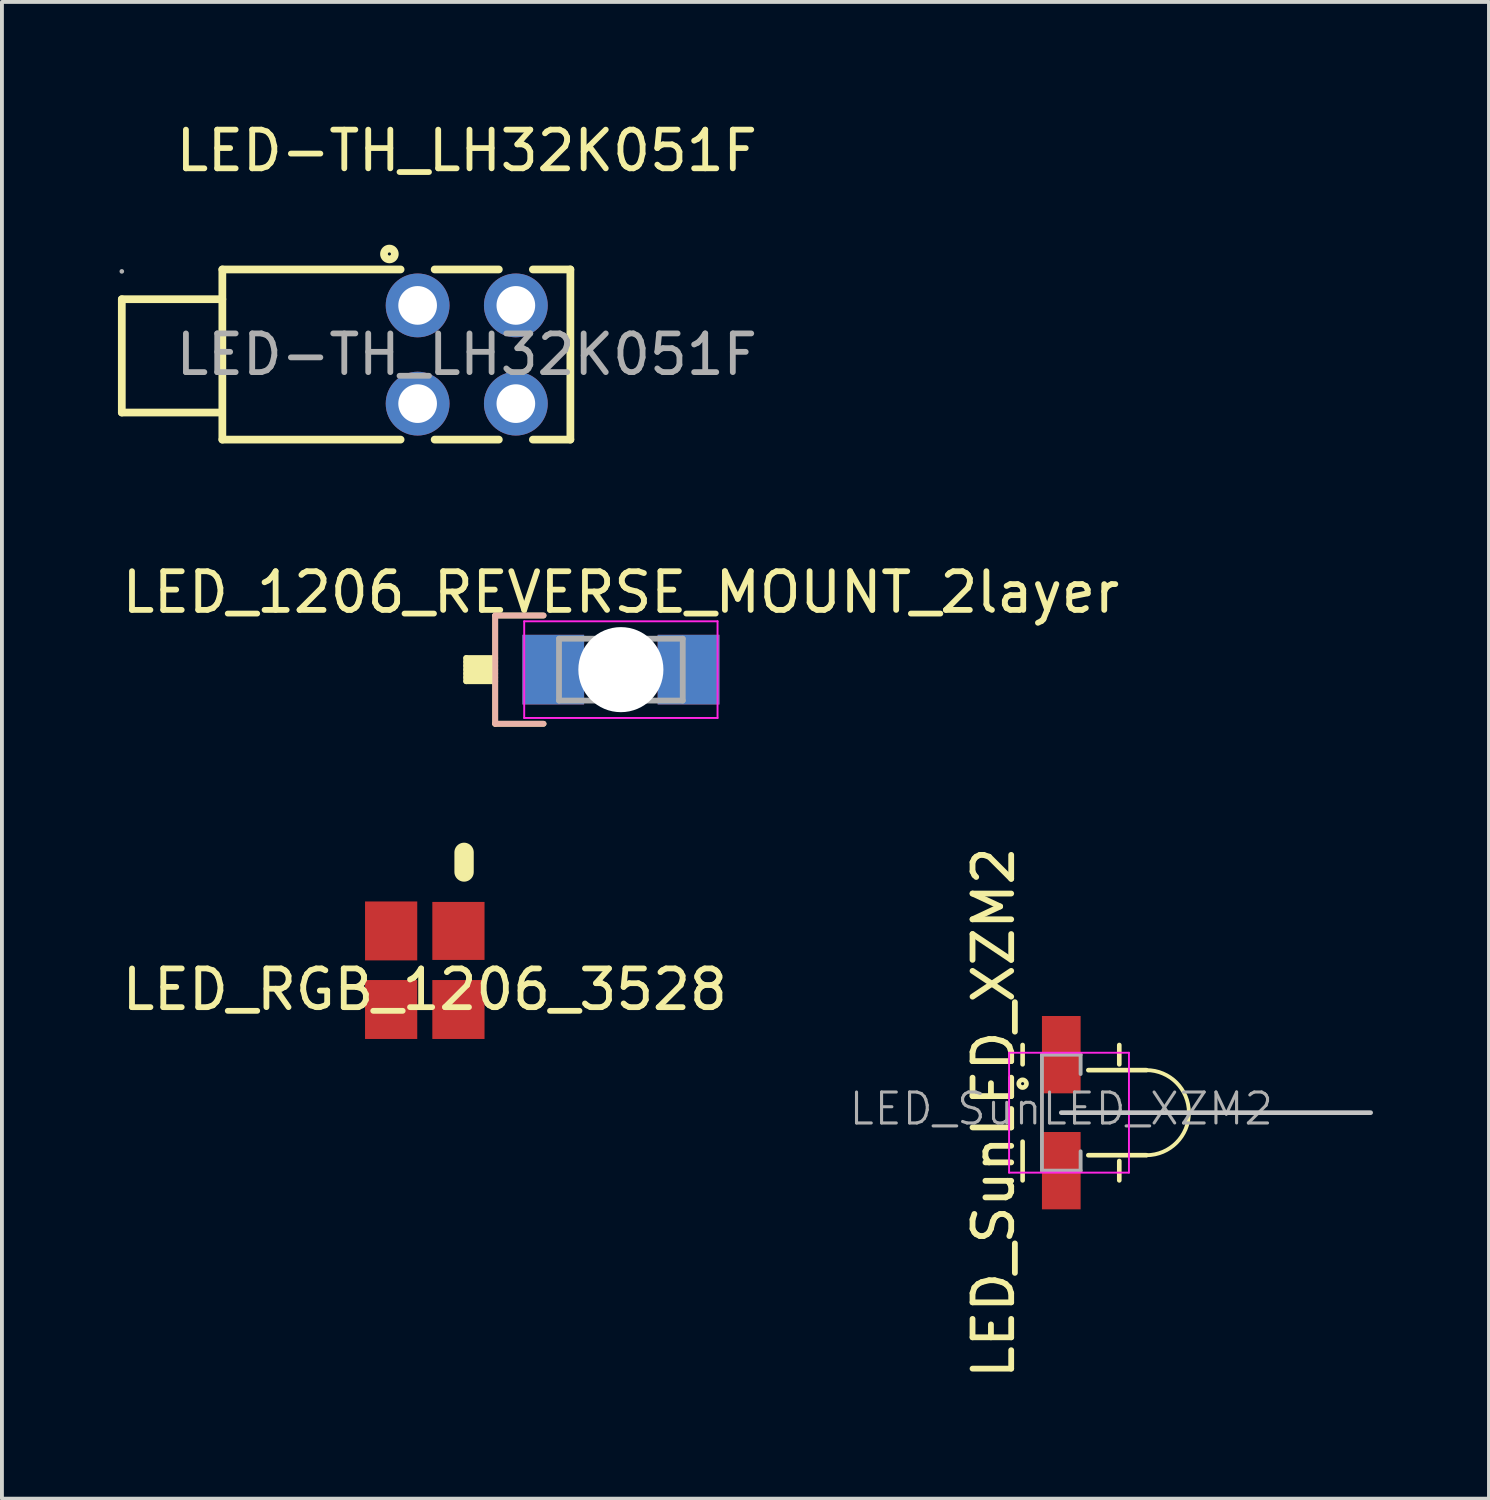
<source format=kicad_pcb>
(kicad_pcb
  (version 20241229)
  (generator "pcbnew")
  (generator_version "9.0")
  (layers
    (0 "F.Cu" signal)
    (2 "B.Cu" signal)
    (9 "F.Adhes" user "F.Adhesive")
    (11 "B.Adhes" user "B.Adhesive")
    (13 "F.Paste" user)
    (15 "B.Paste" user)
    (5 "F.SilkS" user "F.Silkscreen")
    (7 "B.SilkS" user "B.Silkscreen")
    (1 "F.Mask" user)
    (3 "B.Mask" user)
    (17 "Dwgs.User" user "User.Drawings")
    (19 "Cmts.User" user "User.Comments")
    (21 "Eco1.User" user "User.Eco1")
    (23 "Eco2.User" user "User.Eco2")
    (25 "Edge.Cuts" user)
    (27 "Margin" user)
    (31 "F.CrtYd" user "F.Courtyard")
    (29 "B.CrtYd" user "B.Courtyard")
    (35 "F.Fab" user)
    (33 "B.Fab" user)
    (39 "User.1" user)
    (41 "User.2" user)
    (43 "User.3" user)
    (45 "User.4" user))
  (footprint "LED_SunLED_XZM2"
    (layer "F.Cu")
    (at 24.395 25.724)
    (property "Reference" "LED_SunLED_XZM2" (at -1.75 0 90) (layer "F.SilkS") (effects (font (size 1 1) (thickness 0.15))))
    (attr smd)
    (fp_line (start -1 -1.75) (end -1 -1.25) (stroke (width 0.12) (type solid)) (layer "F.SilkS"))
    (fp_line (start -1 1.75) (end -1 0.75) (stroke (width 0.12) (type solid)) (layer "F.SilkS"))
    (fp_line (start 0.7 -1.1) (end 2.2 -1.1) (stroke (width 0.12) (type solid)) (layer "F.SilkS"))
    (fp_line (start 1.5 -1.75) (end 1.5 -1.25) (stroke (width 0.12) (type solid)) (layer "F.SilkS"))
    (fp_line (start 1.5 1.25) (end 1.5 1.75) (stroke (width 0.12) (type solid)) (layer "F.SilkS"))
    (fp_line (start 2.2 1.1) (end 0.7 1.1) (stroke (width 0.12) (type solid)) (layer "F.SilkS"))
    (fp_arc (start 2.2 -1.1) (mid 3.3 0) (end 2.2 1.1) (stroke (width 0.1) (type solid)) (layer "F.SilkS"))
    (fp_circle (center -1 -0.75) (end -0.9 -0.75) (stroke (width 0.12) (type solid)) (fill no) (layer "F.SilkS"))
    (fp_line (start 0 0) (end 8 0) (stroke (width 0.12) (type solid)) (layer "Dwgs.User"))
    (fp_line (start -1.35 -1.55) (end 1.75 -1.55) (stroke (width 0.05) (type solid)) (layer "F.CrtYd"))
    (fp_line (start -1.35 1.55) (end -1.35 -1.55) (stroke (width 0.05) (type solid)) (layer "F.CrtYd"))
    (fp_line (start 1.75 -1.55) (end 1.75 1.55) (stroke (width 0.05) (type solid)) (layer "F.CrtYd"))
    (fp_line (start 1.75 1.55) (end -1.35 1.55) (stroke (width 0.05) (type solid)) (layer "F.CrtYd"))
    (fp_line (start -0.5 -1.5) (end -0.5 1.5) (stroke (width 0.1) (type solid)) (layer "F.Fab"))
    (fp_line (start -0.5 -1.5) (end 0.5 -1.5) (stroke (width 0.1) (type solid)) (layer "F.Fab"))
    (fp_line (start 0.5 -1.5) (end 0.5 -1) (stroke (width 0.1) (type solid)) (layer "F.Fab"))
    (fp_line (start 0.5 1.5) (end -0.5 1.5) (stroke (width 0.1) (type solid)) (layer "F.Fab"))
    (fp_line (start 0.5 1.5) (end 0.5 1) (stroke (width 0.1) (type solid)) (layer "F.Fab"))
    (fp_text user "${REFERENCE}" (at 0 -0.1 0) (layer "F.Fab") (effects (font (size 0.8 0.8) (thickness 0.08))))
    (pad "1" smd rect (at 0 -1.5 180) (size 1 2) (layers "F.Cu" "F.Mask" "F.Paste"))
    (pad "2" smd rect (at 0 1.5 180) (size 1 2) (layers "F.Cu" "F.Mask" "F.Paste")))
  (footprint "LED_RGB_1206_3528"
    (layer "F.Cu")
    (at 7.935 22.04)
    (property "Reference" "LED_RGB_1206_3528" (at 0 0.5 0) (layer "F.SilkS") (effects (font (size 1 1) (thickness 0.15))))
    (attr through_hole)
    (fp_line (start 1.016 -3.048) (end 1.016 -2.54) (stroke (width 0.5) (type solid)) (layer "F.SilkS"))
    (pad "1" smd rect (at 0.87 -1.016) (size 1.35 1.5) (layers "F.Cu" "F.Mask" "F.Paste"))
    (pad "2" smd rect (at 0.87 1.016) (size 1.35 1.524) (layers "F.Cu" "F.Mask" "F.Paste"))
    (pad "3" smd rect (at -0.87 -1.016) (size 1.35 1.524) (layers "F.Cu" "F.Mask" "F.Paste"))
    (pad "4" smd rect (at -0.87 1.016) (size 1.35 1.524) (layers "F.Cu" "F.Mask" "F.Paste")))
  (footprint "LED-TH_LH32K051F"
    (layer "F.Cu")
    (at 9.02 6.118)
    (property "Reference" "LED-TH_LH32K051F" (at 0 -5.27 0) (layer "F.SilkS") (effects (font (size 1 1) (thickness 0.15))))
    (attr through_hole)
    (fp_line (start -8.92 -1.43) (end -8.92 1.5) (stroke (width 0.2) (type solid)) (layer "F.SilkS"))
    (fp_line (start -8.92 1.5) (end -6.42 1.5) (stroke (width 0.2) (type solid)) (layer "F.SilkS"))
    (fp_line (start -6.32 -2.2) (end -1.71 -2.2) (stroke (width 0.2) (type solid)) (layer "F.SilkS"))
    (fp_line (start -6.32 -1.43) (end -8.92 -1.43) (stroke (width 0.2) (type solid)) (layer "F.SilkS"))
    (fp_line (start -6.32 2.2) (end -6.32 -2.2) (stroke (width 0.2) (type solid)) (layer "F.SilkS"))
    (fp_line (start -1.71 2.2) (end -6.32 2.2) (stroke (width 0.2) (type solid)) (layer "F.SilkS"))
    (fp_line (start -0.83 -2.2) (end 0.83 -2.2) (stroke (width 0.2) (type solid)) (layer "F.SilkS"))
    (fp_line (start 0.83 2.2) (end -0.83 2.2) (stroke (width 0.2) (type solid)) (layer "F.SilkS"))
    (fp_line (start 1.71 -2.2) (end 2.68 -2.2) (stroke (width 0.2) (type solid)) (layer "F.SilkS"))
    (fp_line (start 2.68 -2.2) (end 2.68 2.2) (stroke (width 0.2) (type solid)) (layer "F.SilkS"))
    (fp_line (start 2.68 2.2) (end 1.71 2.2) (stroke (width 0.2) (type solid)) (layer "F.SilkS"))
    (fp_circle (center -2 -2.6) (end -1.86 -2.6) (stroke (width 0.2) (type solid)) (fill no) (layer "F.SilkS"))
    (fp_circle (center -8.92 -2.15) (end -8.89 -2.15) (stroke (width 0.06) (type solid)) (fill no) (layer "F.Fab"))
    (fp_text user "${REFERENCE}" (at 0 0 0) (layer "F.Fab") (effects (font (size 1 1) (thickness 0.15))))
    (pad "1" thru_hole circle (at -1.27 -1.27) (size 1.65 1.65) (drill 1) (layers "*.Cu" "*.Paste" "*.Mask"))
    (pad "2" thru_hole circle (at 1.27 -1.27) (size 1.65 1.65) (drill 1) (layers "*.Cu" "*.Paste" "*.Mask"))
    (pad "3" thru_hole circle (at 1.27 1.27) (size 1.65 1.65) (drill 1) (layers "*.Cu" "*.Paste" "*.Mask"))
    (pad "4" thru_hole circle (at -1.27 1.27) (size 1.65 1.65) (drill 1) (layers "*.Cu" "*.Paste" "*.Mask")))
  (footprint "LED_1206_REVERSE_MOUNT_2layer"
    (layer "F.Cu")
    (at 13.006 14.267)
    (property "Reference" "LED_1206_REVERSE_MOUNT_2layer" (at 0 -2 0) (layer "F.SilkS") (effects (font (size 1 1) (thickness 0.15))))
    (attr smd)
    (fp_line (start -4 -0.3) (end -4 0.3) (stroke (width 0.15) (type solid)) (layer "F.SilkS"))
    (fp_line (start -4 0.3) (end -3.25 0.3) (stroke (width 0.15) (type solid)) (layer "F.SilkS"))
    (fp_line (start -3.25 -1.4) (end -3.25 1.4) (stroke (width 0.15) (type solid)) (layer "F.SilkS"))
    (fp_line (start -3.25 -1.4) (end -2 -1.4) (stroke (width 0.15) (type solid)) (layer "F.SilkS"))
    (fp_line (start -3.25 -0.3) (end -4 -0.3) (stroke (width 0.15) (type solid)) (layer "F.SilkS"))
    (fp_line (start -3.25 -0.2) (end -4 -0.2) (stroke (width 0.15) (type solid)) (layer "F.SilkS"))
    (fp_line (start -3.25 -0.1) (end -4 -0.1) (stroke (width 0.15) (type solid)) (layer "F.SilkS"))
    (fp_line (start -3.25 0) (end -4 0) (stroke (width 0.15) (type solid)) (layer "F.SilkS"))
    (fp_line (start -3.25 0.1) (end -4 0.1) (stroke (width 0.15) (type solid)) (layer "F.SilkS"))
    (fp_line (start -3.25 0.2) (end -4 0.2) (stroke (width 0.15) (type solid)) (layer "F.SilkS"))
    (fp_line (start -3.25 1.4) (end -2 1.4) (stroke (width 0.15) (type solid)) (layer "F.SilkS"))
    (fp_line (start -3.25 -1.4) (end -3.25 1.4) (stroke (width 0.15) (type solid)) (layer "B.SilkS"))
    (fp_line (start -3.25 -1.4) (end -2 -1.4) (stroke (width 0.15) (type solid)) (layer "B.SilkS"))
    (fp_line (start -3.25 1.4) (end -2 1.4) (stroke (width 0.15) (type solid)) (layer "B.SilkS"))
    (fp_line (start -2.5 -1.25) (end -2.5 1.25) (stroke (width 0.05) (type solid)) (layer "F.CrtYd"))
    (fp_line (start -2.5 1.25) (end 2.5 1.25) (stroke (width 0.05) (type solid)) (layer "F.CrtYd"))
    (fp_line (start 2.5 -1.25) (end -2.5 -1.25) (stroke (width 0.05) (type solid)) (layer "F.CrtYd"))
    (fp_line (start 2.5 1.25) (end 2.5 -1.25) (stroke (width 0.05) (type solid)) (layer "F.CrtYd"))
    (fp_line (start -1.6 -0.8) (end 1.6 -0.8) (stroke (width 0.15) (type solid)) (layer "F.Fab"))
    (fp_line (start -1.6 0.8) (end -1.6 -0.8) (stroke (width 0.15) (type solid)) (layer "F.Fab"))
    (fp_line (start -0.5 -0.5) (end -0.5 0.5) (stroke (width 0.15) (type solid)) (layer "F.Fab"))
    (fp_line (start 0 0.5) (end -0.5 0) (stroke (width 0.15) (type solid)) (layer "F.Fab"))
    (fp_line (start 1.6 -0.8) (end 1.6 0.8) (stroke (width 0.15) (type solid)) (layer "F.Fab"))
    (fp_line (start 1.6 0.8) (end -1.6 0.8) (stroke (width 0.15) (type solid)) (layer "F.Fab"))
    (pad "" np_thru_hole circle (at 0 0) (size 2.2 2.2) (drill 2.2) (layers "*.Cu" "*.Mask"))
    (pad "1" smd rect (at -1.75 0 180) (size 1.598 1.801) (layers "F.Cu" "F.Mask" "F.Paste"))
    (pad "1" smd rect (at -1.75 0 180) (size 1.598 1.801) (layers "B.Cu" "B.Mask" "B.Paste"))
    (pad "2" smd rect (at 1.75 0 180) (size 1.598 1.801) (layers "F.Cu" "F.Mask" "F.Paste"))
    (pad "2" smd rect (at 1.75 0 180) (size 1.598 1.801) (layers "B.Cu" "B.Mask" "B.Paste")))
  (gr_rect
    (start -3 -3)
    (end 35.455 35.706)
    (stroke (width 0.1) (type default))
    (fill no)
    (layer "Edge.Cuts")))
</source>
